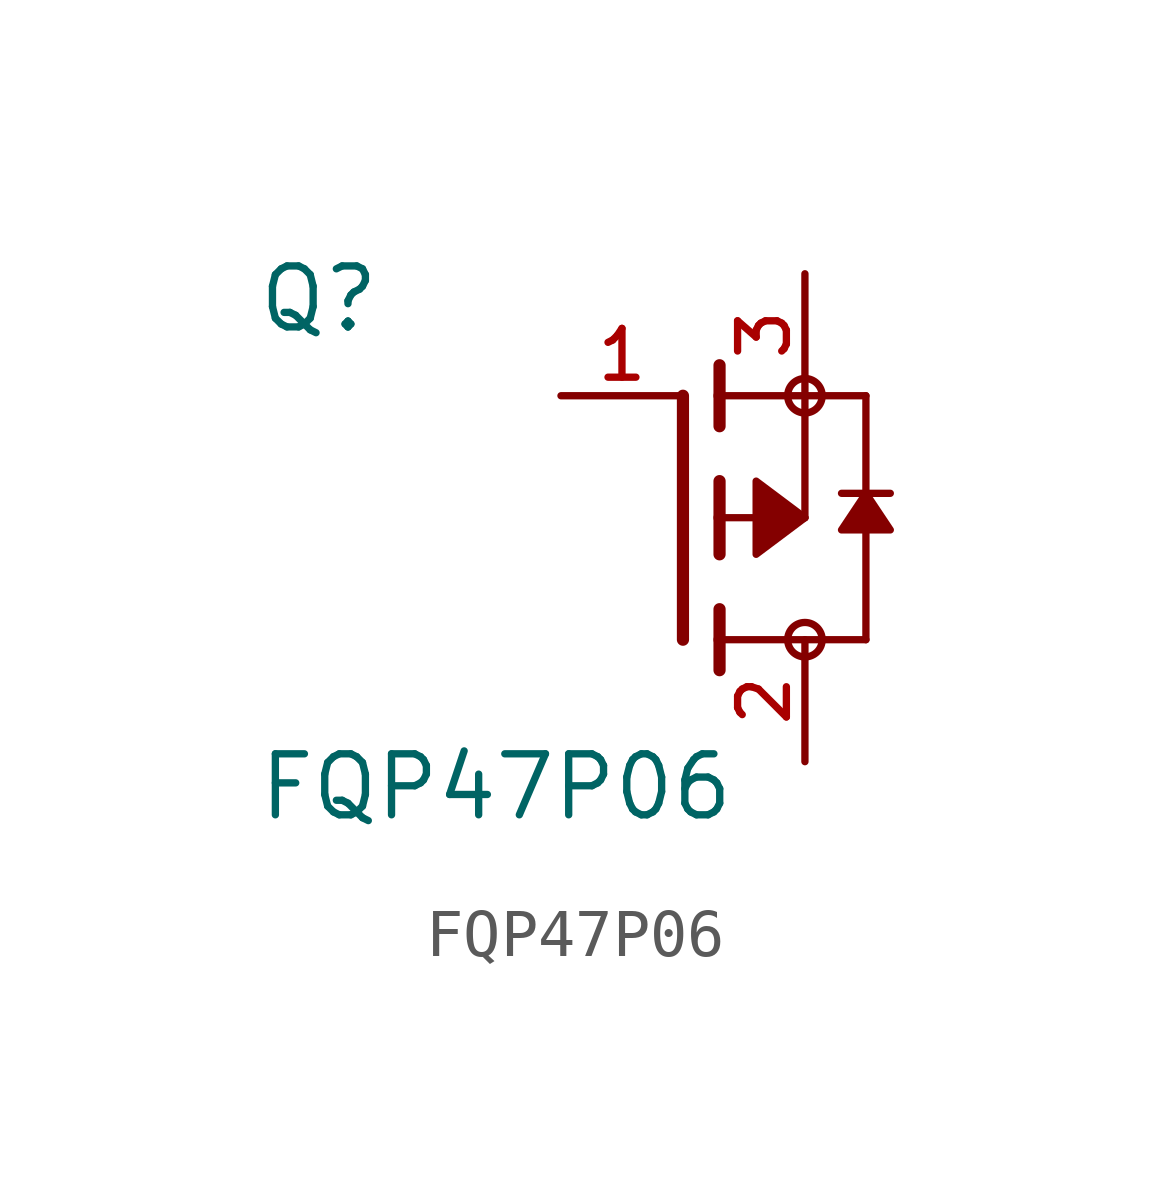
<source format=kicad_sym>
(kicad_symbol_lib
  (version 20211014)
  (generator kicad_symbol_editor)
  (symbol "FQP47P06"
    (pin_names
      (offset 1.016))
    (property "Reference" "Q"
      (at -8.89 3.81 0)
      (effects (font (size 1.27 1.27)) (justify bottom left)))
    (property "Value" "FQP47P06"
      (at -8.89 -6.35 0)
      (effects (font (size 1.27 1.27)) (justify bottom left)))
    (symbol "FQP47P06_0_0"
      (polyline (pts (xy 0.762 -0.762) (xy 0.762 0.0)) (stroke (width 0.254)))
      (polyline (pts (xy 0.762 0.0) (xy 0.762 0.762)) (stroke (width 0.254)))
      (polyline (pts (xy 0.762 -3.175) (xy 0.762 -2.54)) (stroke (width 0.254)))
      (polyline (pts (xy 0.762 -2.54) (xy 0.762 -1.905)) (stroke (width 0.254)))
      (polyline (pts (xy 0.762 0.0) (xy 2.54 0.0)) (stroke (width 0.152)))
      (polyline (pts (xy 2.54 0.0) (xy 2.54 2.54)) (stroke (width 0.152)))
      (polyline (pts (xy 0.762 1.905) (xy 0.762 2.54)) (stroke (width 0.254)))
      (polyline (pts (xy 0.762 2.54) (xy 0.762 3.175)) (stroke (width 0.254)))
      (polyline (pts (xy 0.0 -2.54) (xy 0.0 2.54)) (stroke (width 0.254)))
      (polyline (pts (xy 2.54 2.54) (xy 0.762 2.54)) (stroke (width 0.152)))
      (polyline (pts (xy 3.81 -2.54) (xy 3.81 0.508)) (stroke (width 0.152)))
      (polyline (pts (xy 3.81 0.508) (xy 3.81 2.54)) (stroke (width 0.152)))
      (polyline (pts (xy 2.54 2.54) (xy 3.81 2.54)) (stroke (width 0.152)))
      (polyline (pts (xy 0.762 -2.54) (xy 3.81 -2.54)) (stroke (width 0.152)))
      (polyline (pts (xy 3.302 0.508) (xy 3.81 0.508)) (stroke (width 0.152)))
      (polyline (pts (xy 3.81 0.508) (xy 4.318 0.508)) (stroke (width 0.152)))
      (circle (center 2.54 2.54) (radius 0.359) (stroke (width 0.0)) (fill (type none)))
      (circle (center 2.54 -2.54) (radius 0.359) (stroke (width 0.0)) (fill (type none)))
      (polyline (pts (xy 3.81 0.508) (xy 4.318 -0.254) (xy 3.302 -0.254) (xy 3.81 0.508)) (stroke (width 0.152)) (fill (type outline)))
      (polyline (pts (xy 2.54 0.0) (xy 1.524 0.762) (xy 1.524 -0.762) (xy 2.54 0.0)) (stroke (width 0.152)) (fill (type outline)))
      (pin passive line (at 2.54 5.08 270.0) (length 2.54) (name "~" (effects (font (size 1.016 1.016)))) (number "3" (effects (font (size 1.016 1.016)))))
      (pin passive line (at -2.54 2.54 0) (length 2.54) (name "~" (effects (font (size 1.016 1.016)))) (number "1" (effects (font (size 1.016 1.016)))))
      (pin passive line (at 2.54 -5.08 90.0) (length 2.54) (name "~" (effects (font (size 1.016 1.016)))) (number "2" (effects (font (size 1.016 1.016))))))))
</source>
